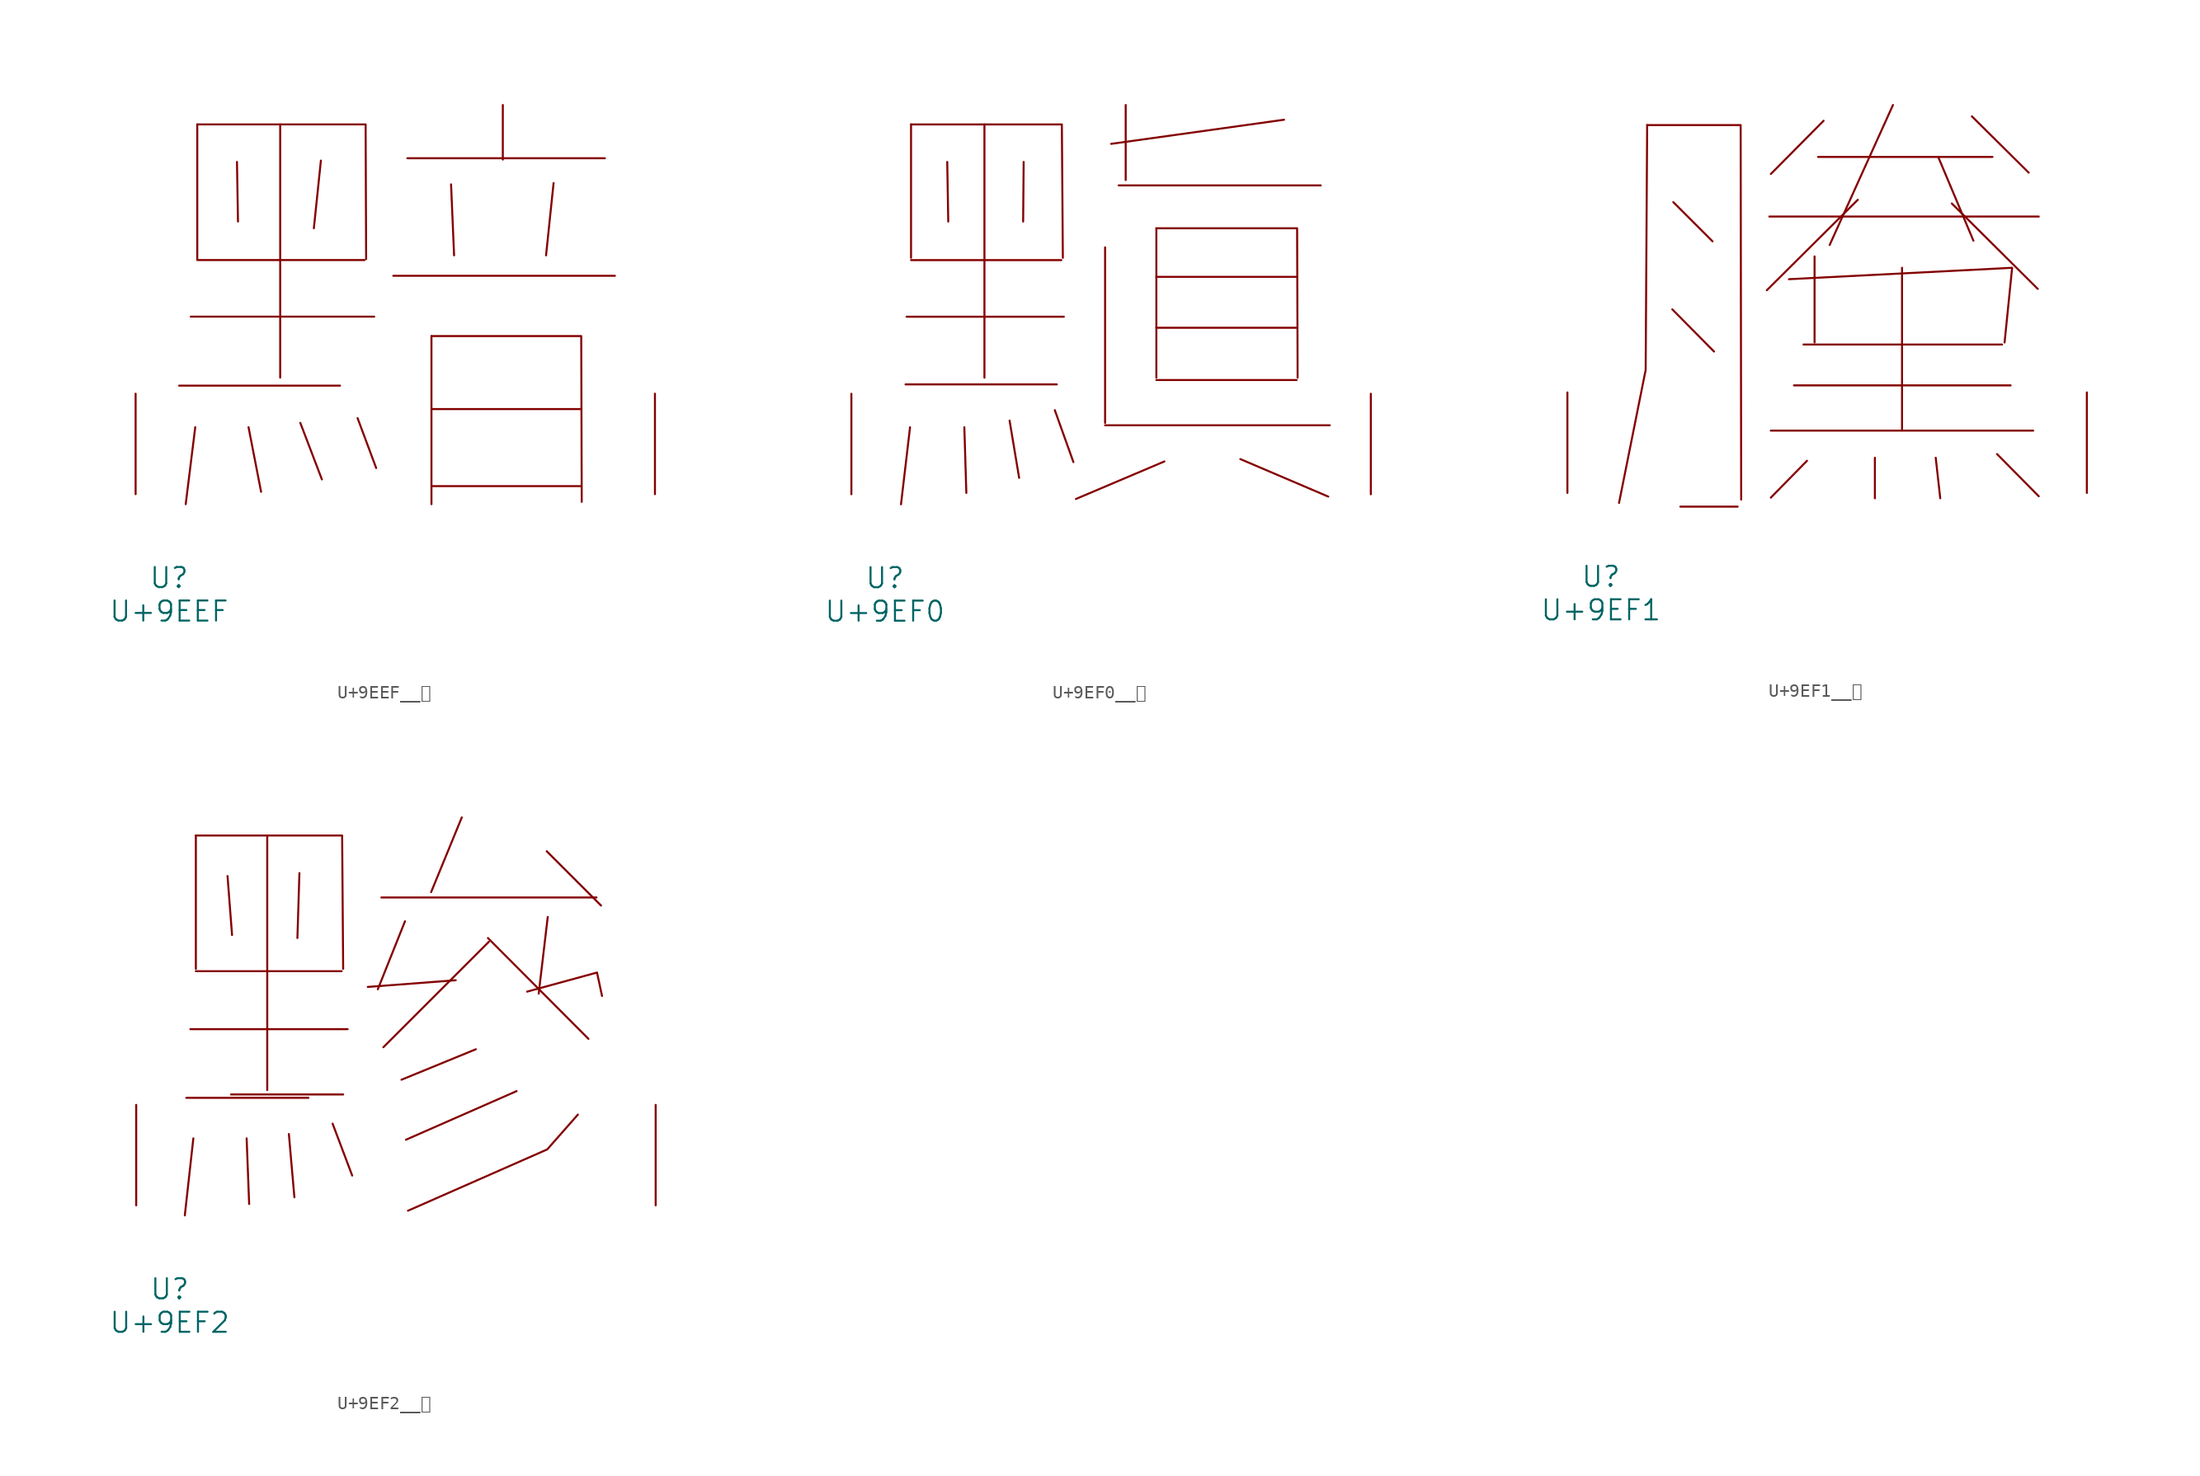
<source format=kicad_sym>
(kicad_symbol_lib
  (version 20231120)
  (generator "kicad_symbol_editor")
  (generator_version "8.0")
  (symbol "U+9EEF__黯"
    (pin_names
      (offset 1.016))
    (property "Reference" "U"
      (at 0 -6.35 0)
      (effects (font (size 1.524 1.524))))
    (property "Value" "U+9EEF"
      (at 0 -8.89 0)
      (effects (font (size 1.524 1.524))))
    (symbol "U+9EEF__黯_0_1"
      (polyline (pts (xy 0.762 8.23) (xy 12.954 8.23)) (stroke (width 0) (type solid)) (fill (type none)))
      (polyline (pts (xy 1.638 13.462) (xy 15.545 13.462)) (stroke (width 0) (type solid)) (fill (type none)))
      (polyline (pts (xy 1.981 5.08) (xy 1.257 -0.762)) (stroke (width 0) (type solid)) (fill (type none)))
      (polyline (pts (xy 2.134 17.755) (xy 14.821 17.755)) (stroke (width 0) (type solid)) (fill (type none)))
      (polyline (pts (xy 2.134 28.042) (xy 2.134 17.831)) (stroke (width 0) (type solid)) (fill (type none)))
      (polyline (pts (xy 5.144 25.197) (xy 5.22 20.676)) (stroke (width 0) (type solid)) (fill (type none)))
      (polyline (pts (xy 6.02 5.08) (xy 6.972 0.178)) (stroke (width 0) (type solid)) (fill (type none)))
      (polyline (pts (xy 8.42 28.042) (xy 8.42 8.839)) (stroke (width 0) (type solid)) (fill (type none)))
      (polyline (pts (xy 9.944 5.41) (xy 11.582 1.118)) (stroke (width 0) (type solid)) (fill (type none)))
      (polyline (pts (xy 11.506 25.298) (xy 10.973 20.168)) (stroke (width 0) (type solid)) (fill (type none)))
      (polyline (pts (xy 14.287 5.766) (xy 15.697 1.981)) (stroke (width 0) (type solid)) (fill (type none)))
      (polyline (pts (xy 16.993 16.561) (xy 33.795 16.561)) (stroke (width 0) (type solid)) (fill (type none)))
      (polyline (pts (xy 18.059 25.476) (xy 33.033 25.476)) (stroke (width 0) (type solid)) (fill (type none)))
      (polyline (pts (xy 19.888 0.61) (xy 31.204 0.61)) (stroke (width 0) (type solid)) (fill (type none)))
      (polyline (pts (xy 19.888 6.452) (xy 31.204 6.452)) (stroke (width 0) (type solid)) (fill (type none)))
      (polyline (pts (xy 19.888 11.989) (xy 19.888 -0.762)) (stroke (width 0) (type solid)) (fill (type none)))
      (polyline (pts (xy 21.374 23.495) (xy 21.603 18.11)) (stroke (width 0) (type solid)) (fill (type none)))
      (polyline (pts (xy 25.298 29.515) (xy 25.298 25.375)) (stroke (width 0) (type solid)) (fill (type none)))
      (polyline (pts (xy 29.146 23.597) (xy 28.575 18.11)) (stroke (width 0) (type solid)) (fill (type none)))
      (polyline (pts (xy 2.134 28.042) (xy 14.897 28.042) (xy 14.935 17.831)) (stroke (width 0) (type solid)) (fill (type none)))
      (polyline (pts (xy 19.888 11.989) (xy 31.242 11.989) (xy 31.28 -0.584)) (stroke (width 0) (type solid)) (fill (type none)))
      (pin input line (at -2.54 0 90) (length 7.62) (name "~" (effects (font (size 1.27 1.27)))) (number "~" (effects (font (size 1.27 1.27)))))
      (pin input line (at 36.83 0 90) (length 7.62) (name "~" (effects (font (size 1.27 1.27)))) (number "~" (effects (font (size 1.27 1.27)))))))
  (symbol "U+9EF0__黰"
    (pin_names
      (offset 1.016))
    (property "Reference" "U"
      (at 0 -6.35 0)
      (effects (font (size 1.524 1.524))))
    (property "Value" "U+9EF0"
      (at 0 -8.89 0)
      (effects (font (size 1.524 1.524))))
    (symbol "U+9EF0__黰_0_1"
      (polyline (pts (xy 1.562 8.331) (xy 13.03 8.331)) (stroke (width 0) (type solid)) (fill (type none)))
      (polyline (pts (xy 1.638 13.462) (xy 13.564 13.462)) (stroke (width 0) (type solid)) (fill (type none)))
      (polyline (pts (xy 1.905 5.08) (xy 1.219 -0.762)) (stroke (width 0) (type solid)) (fill (type none)))
      (polyline (pts (xy 1.981 17.755) (xy 13.373 17.755)) (stroke (width 0) (type solid)) (fill (type none)))
      (polyline (pts (xy 1.981 28.042) (xy 1.981 17.932)) (stroke (width 0) (type solid)) (fill (type none)))
      (polyline (pts (xy 4.724 25.197) (xy 4.801 20.676)) (stroke (width 0) (type solid)) (fill (type none)))
      (polyline (pts (xy 6.02 5.08) (xy 6.172 0.102)) (stroke (width 0) (type solid)) (fill (type none)))
      (polyline (pts (xy 7.544 28.042) (xy 7.544 8.839)) (stroke (width 0) (type solid)) (fill (type none)))
      (polyline (pts (xy 9.449 5.588) (xy 10.173 1.245)) (stroke (width 0) (type solid)) (fill (type none)))
      (polyline (pts (xy 10.516 25.197) (xy 10.477 20.676)) (stroke (width 0) (type solid)) (fill (type none)))
      (polyline (pts (xy 12.878 6.375) (xy 14.287 2.438)) (stroke (width 0) (type solid)) (fill (type none)))
      (polyline (pts (xy 16.688 5.232) (xy 33.718 5.232)) (stroke (width 0) (type solid)) (fill (type none)))
      (polyline (pts (xy 16.688 18.72) (xy 16.688 5.41)) (stroke (width 0) (type solid)) (fill (type none)))
      (polyline (pts (xy 17.716 23.419) (xy 33.033 23.419)) (stroke (width 0) (type solid)) (fill (type none)))
      (polyline (pts (xy 18.25 29.515) (xy 18.25 23.825)) (stroke (width 0) (type solid)) (fill (type none)))
      (polyline (pts (xy 20.574 8.661) (xy 31.204 8.661)) (stroke (width 0) (type solid)) (fill (type none)))
      (polyline (pts (xy 20.574 12.624) (xy 31.204 12.624)) (stroke (width 0) (type solid)) (fill (type none)))
      (polyline (pts (xy 20.574 16.485) (xy 31.204 16.485)) (stroke (width 0) (type solid)) (fill (type none)))
      (polyline (pts (xy 20.574 20.168) (xy 20.574 8.839)) (stroke (width 0) (type solid)) (fill (type none)))
      (polyline (pts (xy 21.184 2.489) (xy 14.478 -0.356)) (stroke (width 0) (type solid)) (fill (type none)))
      (polyline (pts (xy 26.937 2.667) (xy 33.604 -0.178)) (stroke (width 0) (type solid)) (fill (type none)))
      (polyline (pts (xy 30.251 28.397) (xy 17.145 26.568)) (stroke (width 0) (type solid)) (fill (type none)))
      (polyline (pts (xy 1.981 28.042) (xy 13.411 28.042) (xy 13.487 17.932)) (stroke (width 0) (type solid)) (fill (type none)))
      (polyline (pts (xy 20.574 20.168) (xy 31.242 20.168) (xy 31.28 8.839)) (stroke (width 0) (type solid)) (fill (type none)))
      (pin input line (at -2.54 0 90) (length 7.62) (name "~" (effects (font (size 1.27 1.27)))) (number "~" (effects (font (size 1.27 1.27)))))
      (pin input line (at 36.83 0 90) (length 7.62) (name "~" (effects (font (size 1.27 1.27)))) (number "~" (effects (font (size 1.27 1.27)))))))
  (symbol "U+9EF1__黱"
    (pin_names
      (offset 1.016))
    (property "Reference" "U"
      (at 0 -6.35 0)
      (effects (font (size 1.524 1.524))))
    (property "Value" "U+9EF1"
      (at 0 -8.89 0)
      (effects (font (size 1.524 1.524))))
    (symbol "U+9EF1__黱_0_1"
      (polyline (pts (xy 5.41 13.919) (xy 8.572 10.719)) (stroke (width 0) (type solid)) (fill (type none)))
      (polyline (pts (xy 5.486 22.047) (xy 8.458 19.075)) (stroke (width 0) (type solid)) (fill (type none)))
      (polyline (pts (xy 6.02 -1.041) (xy 10.363 -1.041)) (stroke (width 0) (type solid)) (fill (type none)))
      (polyline (pts (xy 12.764 20.955) (xy 33.185 20.955)) (stroke (width 0) (type solid)) (fill (type none)))
      (polyline (pts (xy 12.878 4.724) (xy 32.766 4.724)) (stroke (width 0) (type solid)) (fill (type none)))
      (polyline (pts (xy 14.63 8.153) (xy 31.052 8.153)) (stroke (width 0) (type solid)) (fill (type none)))
      (polyline (pts (xy 15.354 11.252) (xy 30.404 11.252)) (stroke (width 0) (type solid)) (fill (type none)))
      (polyline (pts (xy 15.621 2.438) (xy 12.878 -0.356)) (stroke (width 0) (type solid)) (fill (type none)))
      (polyline (pts (xy 16.192 17.932) (xy 16.192 11.405)) (stroke (width 0) (type solid)) (fill (type none)))
      (polyline (pts (xy 16.459 25.476) (xy 29.68 25.476)) (stroke (width 0) (type solid)) (fill (type none)))
      (polyline (pts (xy 16.878 28.219) (xy 12.878 24.181)) (stroke (width 0) (type solid)) (fill (type none)))
      (polyline (pts (xy 19.469 22.225) (xy 12.573 15.367)) (stroke (width 0) (type solid)) (fill (type none)))
      (polyline (pts (xy 20.765 2.667) (xy 20.765 -0.406)) (stroke (width 0) (type solid)) (fill (type none)))
      (polyline (pts (xy 22.136 29.413) (xy 17.335 18.796)) (stroke (width 0) (type solid)) (fill (type none)))
      (polyline (pts (xy 22.822 17.069) (xy 22.822 4.801)) (stroke (width 0) (type solid)) (fill (type none)))
      (polyline (pts (xy 25.375 2.667) (xy 25.718 -0.406)) (stroke (width 0) (type solid)) (fill (type none)))
      (polyline (pts (xy 25.565 25.476) (xy 28.232 19.126)) (stroke (width 0) (type solid)) (fill (type none)))
      (polyline (pts (xy 26.594 21.946) (xy 33.109 15.469)) (stroke (width 0) (type solid)) (fill (type none)))
      (polyline (pts (xy 28.118 28.55) (xy 32.423 24.282)) (stroke (width 0) (type solid)) (fill (type none)))
      (polyline (pts (xy 30.023 2.946) (xy 33.185 -0.254)) (stroke (width 0) (type solid)) (fill (type none)))
      (polyline (pts (xy 3.505 27.889) (xy 3.391 9.322) (xy 1.372 -0.762)) (stroke (width 0) (type solid)) (fill (type none)))
      (polyline (pts (xy 3.505 27.889) (xy 10.592 27.889) (xy 10.63 -0.508)) (stroke (width 0) (type solid)) (fill (type none)))
      (polyline (pts (xy 14.249 16.205) (xy 31.166 17.069) (xy 30.594 11.405)) (stroke (width 0) (type solid)) (fill (type none)))
      (pin input line (at -2.54 0 90) (length 7.62) (name "~" (effects (font (size 1.27 1.27)))) (number "~" (effects (font (size 1.27 1.27)))))
      (pin input line (at 36.83 0 90) (length 7.62) (name "~" (effects (font (size 1.27 1.27)))) (number "~" (effects (font (size 1.27 1.27)))))))
  (symbol "U+9EF2__黲"
    (pin_names
      (offset 1.016))
    (property "Reference" "U"
      (at 0 -6.35 0)
      (effects (font (size 1.524 1.524))))
    (property "Value" "U+9EF2"
      (at 0 -8.89 0)
      (effects (font (size 1.524 1.524))))
    (symbol "U+9EF2__黲_0_1"
      (polyline (pts (xy 1.257 8.153) (xy 10.516 8.153)) (stroke (width 0) (type solid)) (fill (type none)))
      (polyline (pts (xy 1.562 13.36) (xy 13.487 13.36)) (stroke (width 0) (type solid)) (fill (type none)))
      (polyline (pts (xy 1.791 5.08) (xy 1.143 -0.762)) (stroke (width 0) (type solid)) (fill (type none)))
      (polyline (pts (xy 1.981 17.755) (xy 13.03 17.755)) (stroke (width 0) (type solid)) (fill (type none)))
      (polyline (pts (xy 1.981 28.042) (xy 1.981 17.932)) (stroke (width 0) (type solid)) (fill (type none)))
      (polyline (pts (xy 4.381 24.968) (xy 4.724 20.498)) (stroke (width 0) (type solid)) (fill (type none)))
      (polyline (pts (xy 4.648 8.407) (xy 13.145 8.407)) (stroke (width 0) (type solid)) (fill (type none)))
      (polyline (pts (xy 5.829 5.08) (xy 6.02 0.102)) (stroke (width 0) (type solid)) (fill (type none)))
      (polyline (pts (xy 7.391 28.042) (xy 7.391 8.738)) (stroke (width 0) (type solid)) (fill (type none)))
      (polyline (pts (xy 9.03 5.41) (xy 9.449 0.61)) (stroke (width 0) (type solid)) (fill (type none)))
      (polyline (pts (xy 9.83 25.197) (xy 9.677 20.269)) (stroke (width 0) (type solid)) (fill (type none)))
      (polyline (pts (xy 12.344 6.198) (xy 13.83 2.261)) (stroke (width 0) (type solid)) (fill (type none)))
      (polyline (pts (xy 16.04 23.343) (xy 32.347 23.343)) (stroke (width 0) (type solid)) (fill (type none)))
      (polyline (pts (xy 17.831 21.539) (xy 15.773 16.383)) (stroke (width 0) (type solid)) (fill (type none)))
      (polyline (pts (xy 21.679 17.069) (xy 15.011 16.561)) (stroke (width 0) (type solid)) (fill (type none)))
      (polyline (pts (xy 22.136 29.413) (xy 19.812 23.749)) (stroke (width 0) (type solid)) (fill (type none)))
      (polyline (pts (xy 23.203 11.836) (xy 17.564 9.525)) (stroke (width 0) (type solid)) (fill (type none)))
      (polyline (pts (xy 24.117 20.269) (xy 31.737 12.624)) (stroke (width 0) (type solid)) (fill (type none)))
      (polyline (pts (xy 24.194 19.99) (xy 16.192 11.989)) (stroke (width 0) (type solid)) (fill (type none)))
      (polyline (pts (xy 26.289 8.661) (xy 17.907 4.978)) (stroke (width 0) (type solid)) (fill (type none)))
      (polyline (pts (xy 28.575 26.848) (xy 32.69 22.733)) (stroke (width 0) (type solid)) (fill (type none)))
      (polyline (pts (xy 28.651 21.869) (xy 27.965 16.053)) (stroke (width 0) (type solid)) (fill (type none)))
      (polyline (pts (xy 1.981 28.042) (xy 13.068 28.042) (xy 13.145 17.932)) (stroke (width 0) (type solid)) (fill (type none)))
      (polyline (pts (xy 27.089 16.205) (xy 32.385 17.653) (xy 32.766 15.875)) (stroke (width 0) (type solid)) (fill (type none)))
      (polyline (pts (xy 30.937 6.883) (xy 28.613 4.242) (xy 18.059 -0.406)) (stroke (width 0) (type solid)) (fill (type none)))
      (pin input line (at -2.54 0 90) (length 7.62) (name "~" (effects (font (size 1.27 1.27)))) (number "~" (effects (font (size 1.27 1.27)))))
      (pin input line (at 36.83 0 90) (length 7.62) (name "~" (effects (font (size 1.27 1.27)))) (number "~" (effects (font (size 1.27 1.27))))))))
</source>
